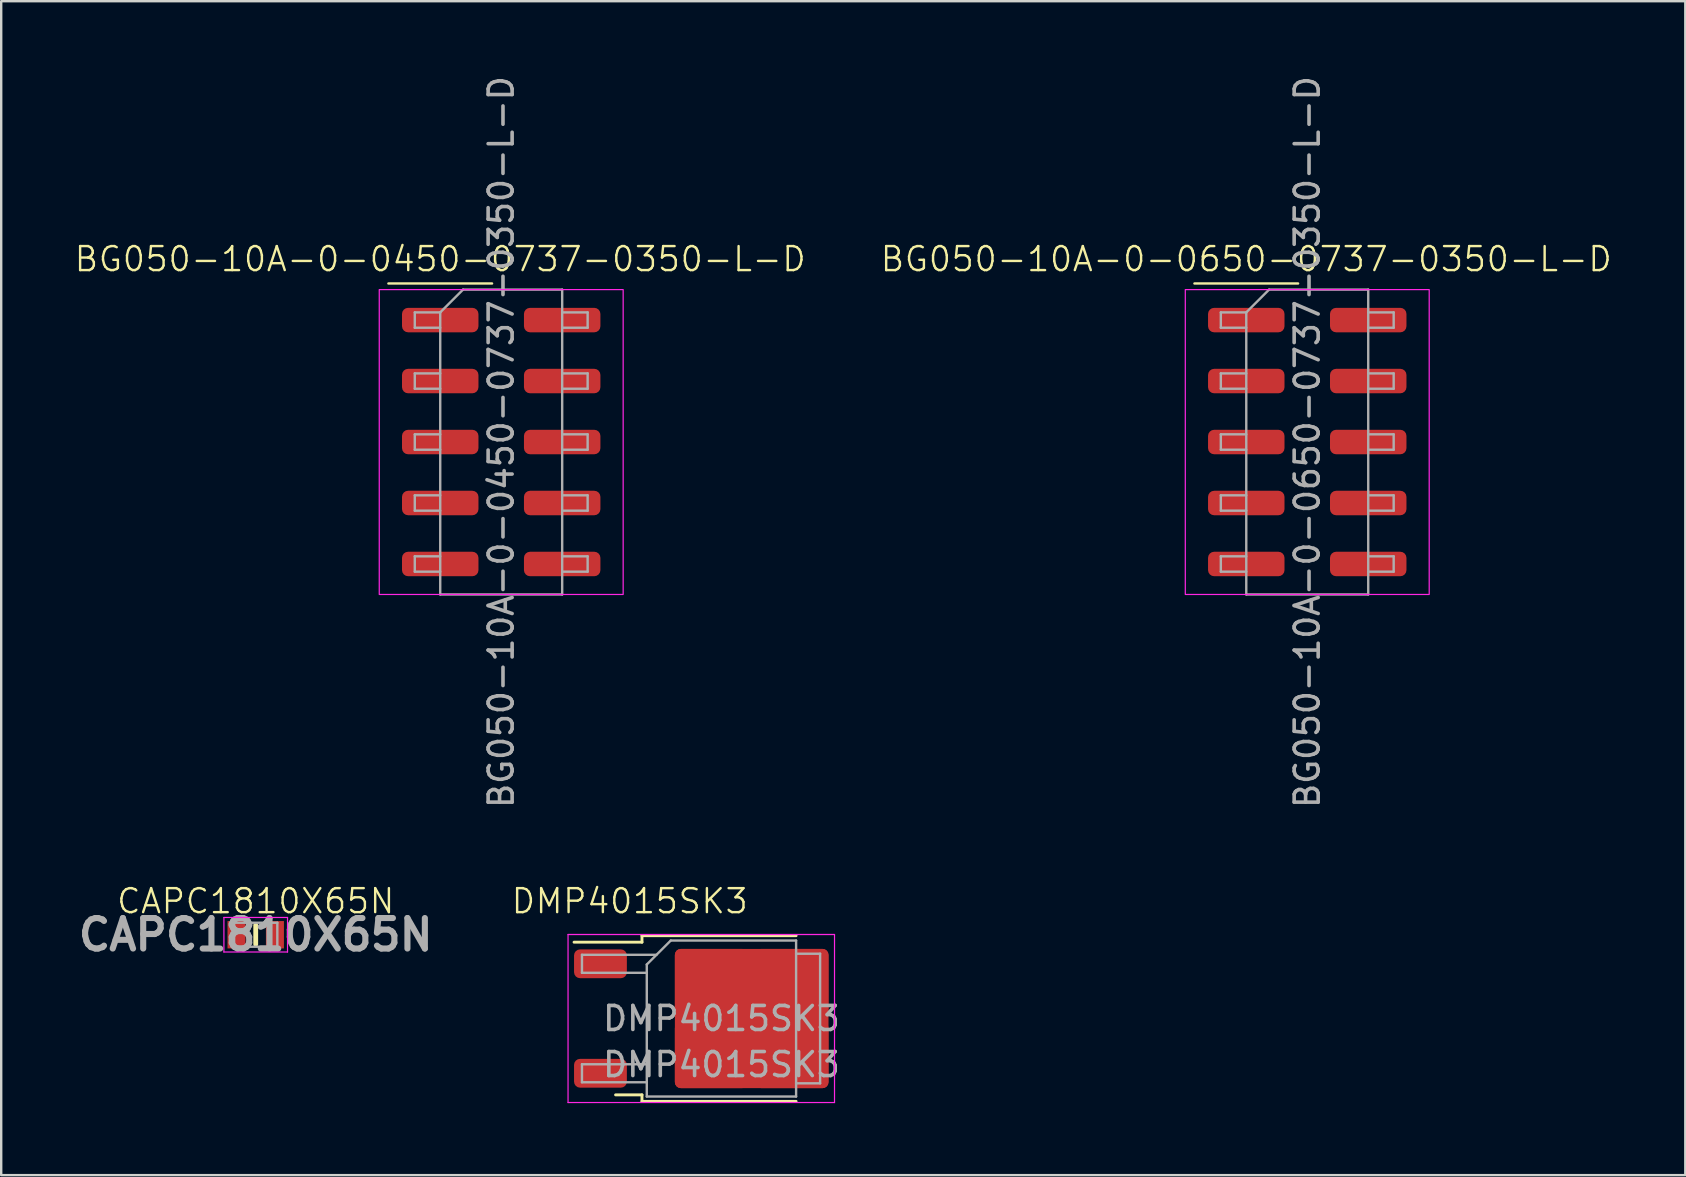
<source format=kicad_pcb>
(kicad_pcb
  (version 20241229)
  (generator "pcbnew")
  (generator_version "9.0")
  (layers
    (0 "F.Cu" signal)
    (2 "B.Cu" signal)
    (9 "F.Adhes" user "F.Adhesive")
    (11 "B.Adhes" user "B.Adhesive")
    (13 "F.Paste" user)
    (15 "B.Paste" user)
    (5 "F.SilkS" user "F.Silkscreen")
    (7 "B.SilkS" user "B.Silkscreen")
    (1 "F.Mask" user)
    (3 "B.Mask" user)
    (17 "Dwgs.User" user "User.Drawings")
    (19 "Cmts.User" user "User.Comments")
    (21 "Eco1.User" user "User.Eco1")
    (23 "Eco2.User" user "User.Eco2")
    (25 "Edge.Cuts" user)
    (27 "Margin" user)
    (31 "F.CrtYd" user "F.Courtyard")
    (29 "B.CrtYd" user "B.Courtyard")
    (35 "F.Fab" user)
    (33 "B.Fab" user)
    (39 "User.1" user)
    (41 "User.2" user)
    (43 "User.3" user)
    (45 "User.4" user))
  (footprint "BG050-10A-0-0650-0737-0350-L-D"
    (layer "F.Cu")
    (at 51.404 15.363)
    (property "Reference" "BG050-10A-0-0650-0737-0350-L-D" (at -2.54 -7.62 0) (unlocked yes) (layer "F.SilkS") (effects (font (size 1 1) (thickness 0.1))))
    (attr smd)
    (fp_line (start -4.699 -6.604) (end -0.381 -6.604) (stroke (width 0.1) (type default)) (layer "F.SilkS"))
    (fp_rect (start -5.08 -6.35) (end 5.08 6.35) (stroke (width 0.05) (type default)) (fill no) (layer "F.CrtYd"))
    (fp_line (start -3.6 -5.4) (end -3.6 -4.76) (stroke (width 0.1) (type solid)) (layer "F.Fab"))
    (fp_line (start -3.6 -4.76) (end -2.54 -4.76) (stroke (width 0.1) (type solid)) (layer "F.Fab"))
    (fp_line (start -3.6 -2.86) (end -3.6 -2.22) (stroke (width 0.1) (type solid)) (layer "F.Fab"))
    (fp_line (start -3.6 -2.22) (end -2.54 -2.22) (stroke (width 0.1) (type solid)) (layer "F.Fab"))
    (fp_line (start -3.6 -0.32) (end -3.6 0.32) (stroke (width 0.1) (type solid)) (layer "F.Fab"))
    (fp_line (start -3.6 0.32) (end -2.54 0.32) (stroke (width 0.1) (type solid)) (layer "F.Fab"))
    (fp_line (start -3.6 2.22) (end -3.6 2.86) (stroke (width 0.1) (type solid)) (layer "F.Fab"))
    (fp_line (start -3.6 2.86) (end -2.54 2.86) (stroke (width 0.1) (type solid)) (layer "F.Fab"))
    (fp_line (start -3.6 4.76) (end -3.6 5.4) (stroke (width 0.1) (type solid)) (layer "F.Fab"))
    (fp_line (start -3.6 5.4) (end -2.54 5.4) (stroke (width 0.1) (type solid)) (layer "F.Fab"))
    (fp_line (start -2.54 -5.4) (end -3.6 -5.4) (stroke (width 0.1) (type solid)) (layer "F.Fab"))
    (fp_line (start -2.54 -5.4) (end -1.59 -6.35) (stroke (width 0.1) (type solid)) (layer "F.Fab"))
    (fp_line (start -2.54 -2.86) (end -3.6 -2.86) (stroke (width 0.1) (type solid)) (layer "F.Fab"))
    (fp_line (start -2.54 -0.32) (end -3.6 -0.32) (stroke (width 0.1) (type solid)) (layer "F.Fab"))
    (fp_line (start -2.54 2.22) (end -3.6 2.22) (stroke (width 0.1) (type solid)) (layer "F.Fab"))
    (fp_line (start -2.54 4.76) (end -3.6 4.76) (stroke (width 0.1) (type solid)) (layer "F.Fab"))
    (fp_line (start -2.54 6.35) (end -2.54 -5.4) (stroke (width 0.1) (type solid)) (layer "F.Fab"))
    (fp_line (start -1.59 -6.35) (end 2.54 -6.35) (stroke (width 0.1) (type solid)) (layer "F.Fab"))
    (fp_line (start 2.54 -6.35) (end 2.54 6.35) (stroke (width 0.1) (type solid)) (layer "F.Fab"))
    (fp_line (start 2.54 -5.4) (end 3.6 -5.4) (stroke (width 0.1) (type solid)) (layer "F.Fab"))
    (fp_line (start 2.54 -2.86) (end 3.6 -2.86) (stroke (width 0.1) (type solid)) (layer "F.Fab"))
    (fp_line (start 2.54 -0.32) (end 3.6 -0.32) (stroke (width 0.1) (type solid)) (layer "F.Fab"))
    (fp_line (start 2.54 2.22) (end 3.6 2.22) (stroke (width 0.1) (type solid)) (layer "F.Fab"))
    (fp_line (start 2.54 4.76) (end 3.6 4.76) (stroke (width 0.1) (type solid)) (layer "F.Fab"))
    (fp_line (start 2.54 6.35) (end -2.54 6.35) (stroke (width 0.1) (type solid)) (layer "F.Fab"))
    (fp_line (start 3.6 -5.4) (end 3.6 -4.76) (stroke (width 0.1) (type solid)) (layer "F.Fab"))
    (fp_line (start 3.6 -4.76) (end 2.54 -4.76) (stroke (width 0.1) (type solid)) (layer "F.Fab"))
    (fp_line (start 3.6 -2.86) (end 3.6 -2.22) (stroke (width 0.1) (type solid)) (layer "F.Fab"))
    (fp_line (start 3.6 -2.22) (end 2.54 -2.22) (stroke (width 0.1) (type solid)) (layer "F.Fab"))
    (fp_line (start 3.6 -0.32) (end 3.6 0.32) (stroke (width 0.1) (type solid)) (layer "F.Fab"))
    (fp_line (start 3.6 0.32) (end 2.54 0.32) (stroke (width 0.1) (type solid)) (layer "F.Fab"))
    (fp_line (start 3.6 2.22) (end 3.6 2.86) (stroke (width 0.1) (type solid)) (layer "F.Fab"))
    (fp_line (start 3.6 2.86) (end 2.54 2.86) (stroke (width 0.1) (type solid)) (layer "F.Fab"))
    (fp_line (start 3.6 4.76) (end 3.6 5.4) (stroke (width 0.1) (type solid)) (layer "F.Fab"))
    (fp_line (start 3.6 5.4) (end 2.54 5.4) (stroke (width 0.1) (type solid)) (layer "F.Fab"))
    (fp_text user "${REFERENCE}" (at 0 0 90) (layer "F.Fab") (effects (font (size 1 1) (thickness 0.15))))
    (pad "1" smd roundrect (at -2.54 -5.08 90) (size 1.02 3.185) (layers "F.Cu" "F.Mask" "F.Paste") (roundrect_rratio 0.25))
    (pad "2" smd roundrect (at 2.54 -5.08 90) (size 1.02 3.185) (layers "F.Cu" "F.Mask" "F.Paste") (roundrect_rratio 0.25))
    (pad "3" smd roundrect (at -2.54 -2.54 90) (size 1.02 3.185) (layers "F.Cu" "F.Mask" "F.Paste") (roundrect_rratio 0.25))
    (pad "4" smd roundrect (at 2.54 -2.54 90) (size 1.02 3.185) (layers "F.Cu" "F.Mask" "F.Paste") (roundrect_rratio 0.25))
    (pad "5" smd roundrect (at -2.54 0 90) (size 1.02 3.185) (layers "F.Cu" "F.Mask" "F.Paste") (roundrect_rratio 0.25))
    (pad "6" smd roundrect (at 2.54 0 90) (size 1.02 3.185) (layers "F.Cu" "F.Mask" "F.Paste") (roundrect_rratio 0.25))
    (pad "7" smd roundrect (at -2.54 2.54 90) (size 1.02 3.185) (layers "F.Cu" "F.Mask" "F.Paste") (roundrect_rratio 0.25))
    (pad "8" smd roundrect (at 2.54 2.54 90) (size 1.02 3.185) (layers "F.Cu" "F.Mask" "F.Paste") (roundrect_rratio 0.25))
    (pad "9" smd roundrect (at -2.54 5.08 90) (size 1.02 3.185) (layers "F.Cu" "F.Mask" "F.Paste") (roundrect_rratio 0.25))
    (pad "10" smd roundrect (at 2.54 5.08 90) (size 1.02 3.185) (layers "F.Cu" "F.Mask" "F.Paste") (roundrect_rratio 0.25)))
  (footprint "CAPC1810X65N"
    (layer "F.Cu")
    (at 7.602 35.887)
    (property "Reference" "CAPC1810X65N" (at 0 -1.4 0) (layer "F.SilkS") (effects (font (size 1 1) (thickness 0.1))))
    (attr smd)
    (fp_line (start 0 -0.4) (end 0 0.4) (stroke (width 0.2) (type solid)) (layer "F.SilkS"))
    (fp_line (start -1.325 -0.72) (end 1.325 -0.72) (stroke (width 0.05) (type solid)) (layer "F.CrtYd"))
    (fp_line (start -1.325 0.72) (end -1.325 -0.72) (stroke (width 0.05) (type solid)) (layer "F.CrtYd"))
    (fp_line (start 1.325 -0.72) (end 1.325 0.72) (stroke (width 0.05) (type solid)) (layer "F.CrtYd"))
    (fp_line (start 1.325 0.72) (end -1.325 0.72) (stroke (width 0.05) (type solid)) (layer "F.CrtYd"))
    (fp_line (start -0.9 -0.5) (end 0.9 -0.5) (stroke (width 0.1) (type solid)) (layer "F.Fab"))
    (fp_line (start -0.9 0.5) (end -0.9 -0.5) (stroke (width 0.1) (type solid)) (layer "F.Fab"))
    (fp_line (start 0.9 -0.5) (end 0.9 0.5) (stroke (width 0.1) (type solid)) (layer "F.Fab"))
    (fp_line (start 0.9 0.5) (end -0.9 0.5) (stroke (width 0.1) (type solid)) (layer "F.Fab"))
    (fp_text user "${REFERENCE}" (at 0 0 0) (layer "F.Fab") (effects (font (size 1.27 1.27) (thickness 0.254))))
    (pad "1" smd rect (at -0.8 0) (size 0.75 1.14) (layers "F.Cu" "F.Mask" "F.Paste"))
    (pad "2" smd rect (at 0.8 0) (size 0.75 1.14) (layers "F.Cu" "F.Mask" "F.Paste")))
  (footprint "DMP4015SK3"
    (layer "F.Cu")
    (at 28.262 39.567)
    (property "Reference" "DMP4015SK3" (at -5.08 -5.08 0) (unlocked yes) (layer "F.SilkS") (effects (font (size 1 1) (thickness 0.1))))
    (attr smd)
    (fp_line (start -4.57 -3.64) (end -4.57 -3.37) (stroke (width 0.12) (type solid)) (layer "F.SilkS"))
    (fp_line (start -4.57 -3.37) (end -7.4 -3.37) (stroke (width 0.12) (type solid)) (layer "F.SilkS"))
    (fp_line (start -4.57 2.99) (end -5.67 2.99) (stroke (width 0.12) (type solid)) (layer "F.SilkS"))
    (fp_line (start -4.57 3.26) (end -4.57 2.99) (stroke (width 0.12) (type solid)) (layer "F.SilkS"))
    (fp_line (start 1.85 -3.64) (end -4.57 -3.64) (stroke (width 0.12) (type solid)) (layer "F.SilkS"))
    (fp_line (start 1.85 3.26) (end -4.57 3.26) (stroke (width 0.12) (type solid)) (layer "F.SilkS"))
    (fp_line (start -7.65 -3.69) (end -7.65 3.31) (stroke (width 0.05) (type solid)) (layer "F.CrtYd"))
    (fp_line (start -7.65 3.31) (end 3.45 3.31) (stroke (width 0.05) (type solid)) (layer "F.CrtYd"))
    (fp_line (start 3.45 -3.69) (end -7.65 -3.69) (stroke (width 0.05) (type solid)) (layer "F.CrtYd"))
    (fp_line (start 3.45 3.31) (end 3.45 -3.69) (stroke (width 0.05) (type solid)) (layer "F.CrtYd"))
    (fp_line (start -7.07 -2.845) (end -7.07 -2.095) (stroke (width 0.1) (type solid)) (layer "F.Fab"))
    (fp_line (start -7.07 -2.095) (end -4.37 -2.095) (stroke (width 0.1) (type solid)) (layer "F.Fab"))
    (fp_line (start -7.07 1.715) (end -7.07 2.465) (stroke (width 0.1) (type solid)) (layer "F.Fab"))
    (fp_line (start -7.07 2.465) (end -4.37 2.465) (stroke (width 0.1) (type solid)) (layer "F.Fab"))
    (fp_line (start -4.37 -2.44) (end -3.37 -3.44) (stroke (width 0.1) (type solid)) (layer "F.Fab"))
    (fp_line (start -4.37 1.715) (end -7.07 1.715) (stroke (width 0.1) (type solid)) (layer "F.Fab"))
    (fp_line (start -4.37 3.06) (end -4.37 -2.44) (stroke (width 0.1) (type solid)) (layer "F.Fab"))
    (fp_line (start -3.965 -2.845) (end -7.07 -2.845) (stroke (width 0.1) (type solid)) (layer "F.Fab"))
    (fp_line (start -3.37 -3.44) (end 1.85 -3.44) (stroke (width 0.1) (type solid)) (layer "F.Fab"))
    (fp_line (start 1.85 -3.44) (end 1.85 3.06) (stroke (width 0.1) (type solid)) (layer "F.Fab"))
    (fp_line (start 1.85 -2.89) (end 2.85 -2.89) (stroke (width 0.1) (type solid)) (layer "F.Fab"))
    (fp_line (start 1.85 3.06) (end -4.37 3.06) (stroke (width 0.1) (type solid)) (layer "F.Fab"))
    (fp_line (start 2.85 -2.89) (end 2.85 2.51) (stroke (width 0.1) (type solid)) (layer "F.Fab"))
    (fp_line (start 2.85 2.51) (end 1.85 2.51) (stroke (width 0.1) (type solid)) (layer "F.Fab"))
    (fp_text user "${REFERENCE}" (at -1.26 -0.19 0) (layer "F.Fab") (effects (font (size 1 1) (thickness 0.15))))
    (fp_text user "${REFERENCE}" (at -1.26 1.73 0) (unlocked yes) (layer "F.Fab") (effects (font (size 1 1) (thickness 0.15))))
    (pad "D" smd roundrect (at -1.675 -1.715) (size 3.05 2.75) (layers "F.Cu" "F.Paste") (roundrect_rratio 0.091))
    (pad "D" smd roundrect (at -1.675 1.335) (size 3.05 2.75) (layers "F.Cu" "F.Paste") (roundrect_rratio 0.091))
    (pad "D" smd roundrect (at 0 -0.19) (size 6.4 5.8) (layers "F.Cu" "F.Mask") (roundrect_rratio 0.043))
    (pad "D" smd roundrect (at 1.675 -1.715) (size 3.05 2.75) (layers "F.Cu" "F.Paste") (roundrect_rratio 0.091))
    (pad "D" smd roundrect (at 1.675 1.335) (size 3.05 2.75) (layers "F.Cu" "F.Paste") (roundrect_rratio 0.091))
    (pad "G" smd roundrect (at -6.3 -2.47) (size 2.2 1.2) (layers "F.Cu" "F.Mask" "F.Paste") (roundrect_rratio 0.208))
    (pad "S" smd roundrect (at -6.3 2.09) (size 2.2 1.2) (layers "F.Cu" "F.Mask" "F.Paste") (roundrect_rratio 0.208)))
  (footprint "BG050-10A-0-0450-0737-0350-L-D"
    (layer "F.Cu")
    (at 17.828 15.363)
    (property "Reference" "BG050-10A-0-0450-0737-0350-L-D" (at -2.54 -7.62 0) (unlocked yes) (layer "F.SilkS") (effects (font (size 1 1) (thickness 0.1))))
    (attr smd)
    (fp_line (start -4.699 -6.604) (end -0.381 -6.604) (stroke (width 0.1) (type default)) (layer "F.SilkS"))
    (fp_rect (start -5.08 -6.35) (end 5.08 6.35) (stroke (width 0.05) (type default)) (fill no) (layer "F.CrtYd"))
    (fp_line (start -3.6 -5.4) (end -3.6 -4.76) (stroke (width 0.1) (type solid)) (layer "F.Fab"))
    (fp_line (start -3.6 -4.76) (end -2.54 -4.76) (stroke (width 0.1) (type solid)) (layer "F.Fab"))
    (fp_line (start -3.6 -2.86) (end -3.6 -2.22) (stroke (width 0.1) (type solid)) (layer "F.Fab"))
    (fp_line (start -3.6 -2.22) (end -2.54 -2.22) (stroke (width 0.1) (type solid)) (layer "F.Fab"))
    (fp_line (start -3.6 -0.32) (end -3.6 0.32) (stroke (width 0.1) (type solid)) (layer "F.Fab"))
    (fp_line (start -3.6 0.32) (end -2.54 0.32) (stroke (width 0.1) (type solid)) (layer "F.Fab"))
    (fp_line (start -3.6 2.22) (end -3.6 2.86) (stroke (width 0.1) (type solid)) (layer "F.Fab"))
    (fp_line (start -3.6 2.86) (end -2.54 2.86) (stroke (width 0.1) (type solid)) (layer "F.Fab"))
    (fp_line (start -3.6 4.76) (end -3.6 5.4) (stroke (width 0.1) (type solid)) (layer "F.Fab"))
    (fp_line (start -3.6 5.4) (end -2.54 5.4) (stroke (width 0.1) (type solid)) (layer "F.Fab"))
    (fp_line (start -2.54 -5.4) (end -3.6 -5.4) (stroke (width 0.1) (type solid)) (layer "F.Fab"))
    (fp_line (start -2.54 -5.4) (end -1.59 -6.35) (stroke (width 0.1) (type solid)) (layer "F.Fab"))
    (fp_line (start -2.54 -2.86) (end -3.6 -2.86) (stroke (width 0.1) (type solid)) (layer "F.Fab"))
    (fp_line (start -2.54 -0.32) (end -3.6 -0.32) (stroke (width 0.1) (type solid)) (layer "F.Fab"))
    (fp_line (start -2.54 2.22) (end -3.6 2.22) (stroke (width 0.1) (type solid)) (layer "F.Fab"))
    (fp_line (start -2.54 4.76) (end -3.6 4.76) (stroke (width 0.1) (type solid)) (layer "F.Fab"))
    (fp_line (start -2.54 6.35) (end -2.54 -5.4) (stroke (width 0.1) (type solid)) (layer "F.Fab"))
    (fp_line (start -1.59 -6.35) (end 2.54 -6.35) (stroke (width 0.1) (type solid)) (layer "F.Fab"))
    (fp_line (start 2.54 -6.35) (end 2.54 6.35) (stroke (width 0.1) (type solid)) (layer "F.Fab"))
    (fp_line (start 2.54 -5.4) (end 3.6 -5.4) (stroke (width 0.1) (type solid)) (layer "F.Fab"))
    (fp_line (start 2.54 -2.86) (end 3.6 -2.86) (stroke (width 0.1) (type solid)) (layer "F.Fab"))
    (fp_line (start 2.54 -0.32) (end 3.6 -0.32) (stroke (width 0.1) (type solid)) (layer "F.Fab"))
    (fp_line (start 2.54 2.22) (end 3.6 2.22) (stroke (width 0.1) (type solid)) (layer "F.Fab"))
    (fp_line (start 2.54 4.76) (end 3.6 4.76) (stroke (width 0.1) (type solid)) (layer "F.Fab"))
    (fp_line (start 2.54 6.35) (end -2.54 6.35) (stroke (width 0.1) (type solid)) (layer "F.Fab"))
    (fp_line (start 3.6 -5.4) (end 3.6 -4.76) (stroke (width 0.1) (type solid)) (layer "F.Fab"))
    (fp_line (start 3.6 -4.76) (end 2.54 -4.76) (stroke (width 0.1) (type solid)) (layer "F.Fab"))
    (fp_line (start 3.6 -2.86) (end 3.6 -2.22) (stroke (width 0.1) (type solid)) (layer "F.Fab"))
    (fp_line (start 3.6 -2.22) (end 2.54 -2.22) (stroke (width 0.1) (type solid)) (layer "F.Fab"))
    (fp_line (start 3.6 -0.32) (end 3.6 0.32) (stroke (width 0.1) (type solid)) (layer "F.Fab"))
    (fp_line (start 3.6 0.32) (end 2.54 0.32) (stroke (width 0.1) (type solid)) (layer "F.Fab"))
    (fp_line (start 3.6 2.22) (end 3.6 2.86) (stroke (width 0.1) (type solid)) (layer "F.Fab"))
    (fp_line (start 3.6 2.86) (end 2.54 2.86) (stroke (width 0.1) (type solid)) (layer "F.Fab"))
    (fp_line (start 3.6 4.76) (end 3.6 5.4) (stroke (width 0.1) (type solid)) (layer "F.Fab"))
    (fp_line (start 3.6 5.4) (end 2.54 5.4) (stroke (width 0.1) (type solid)) (layer "F.Fab"))
    (fp_text user "${REFERENCE}" (at 0 0 90) (layer "F.Fab") (effects (font (size 1 1) (thickness 0.15))))
    (pad "1" smd roundrect (at -2.54 -5.08 90) (size 1.02 3.185) (layers "F.Cu" "F.Mask" "F.Paste") (roundrect_rratio 0.25))
    (pad "2" smd roundrect (at 2.54 -5.08 90) (size 1.02 3.185) (layers "F.Cu" "F.Mask" "F.Paste") (roundrect_rratio 0.25))
    (pad "3" smd roundrect (at -2.54 -2.54 90) (size 1.02 3.185) (layers "F.Cu" "F.Mask" "F.Paste") (roundrect_rratio 0.25))
    (pad "4" smd roundrect (at 2.54 -2.54 90) (size 1.02 3.185) (layers "F.Cu" "F.Mask" "F.Paste") (roundrect_rratio 0.25))
    (pad "5" smd roundrect (at -2.54 0 90) (size 1.02 3.185) (layers "F.Cu" "F.Mask" "F.Paste") (roundrect_rratio 0.25))
    (pad "6" smd roundrect (at 2.54 0 90) (size 1.02 3.185) (layers "F.Cu" "F.Mask" "F.Paste") (roundrect_rratio 0.25))
    (pad "7" smd roundrect (at -2.54 2.54 90) (size 1.02 3.185) (layers "F.Cu" "F.Mask" "F.Paste") (roundrect_rratio 0.25))
    (pad "8" smd roundrect (at 2.54 2.54 90) (size 1.02 3.185) (layers "F.Cu" "F.Mask" "F.Paste") (roundrect_rratio 0.25))
    (pad "9" smd roundrect (at -2.54 5.08 90) (size 1.02 3.185) (layers "F.Cu" "F.Mask" "F.Paste") (roundrect_rratio 0.25))
    (pad "10" smd roundrect (at 2.54 5.08 90) (size 1.02 3.185) (layers "F.Cu" "F.Mask" "F.Paste") (roundrect_rratio 0.25)))
  (gr_rect
    (start -3 -3)
    (end 67.152 45.902)
    (stroke (width 0.1) (type default))
    (fill no)
    (layer "Edge.Cuts")))
</source>
